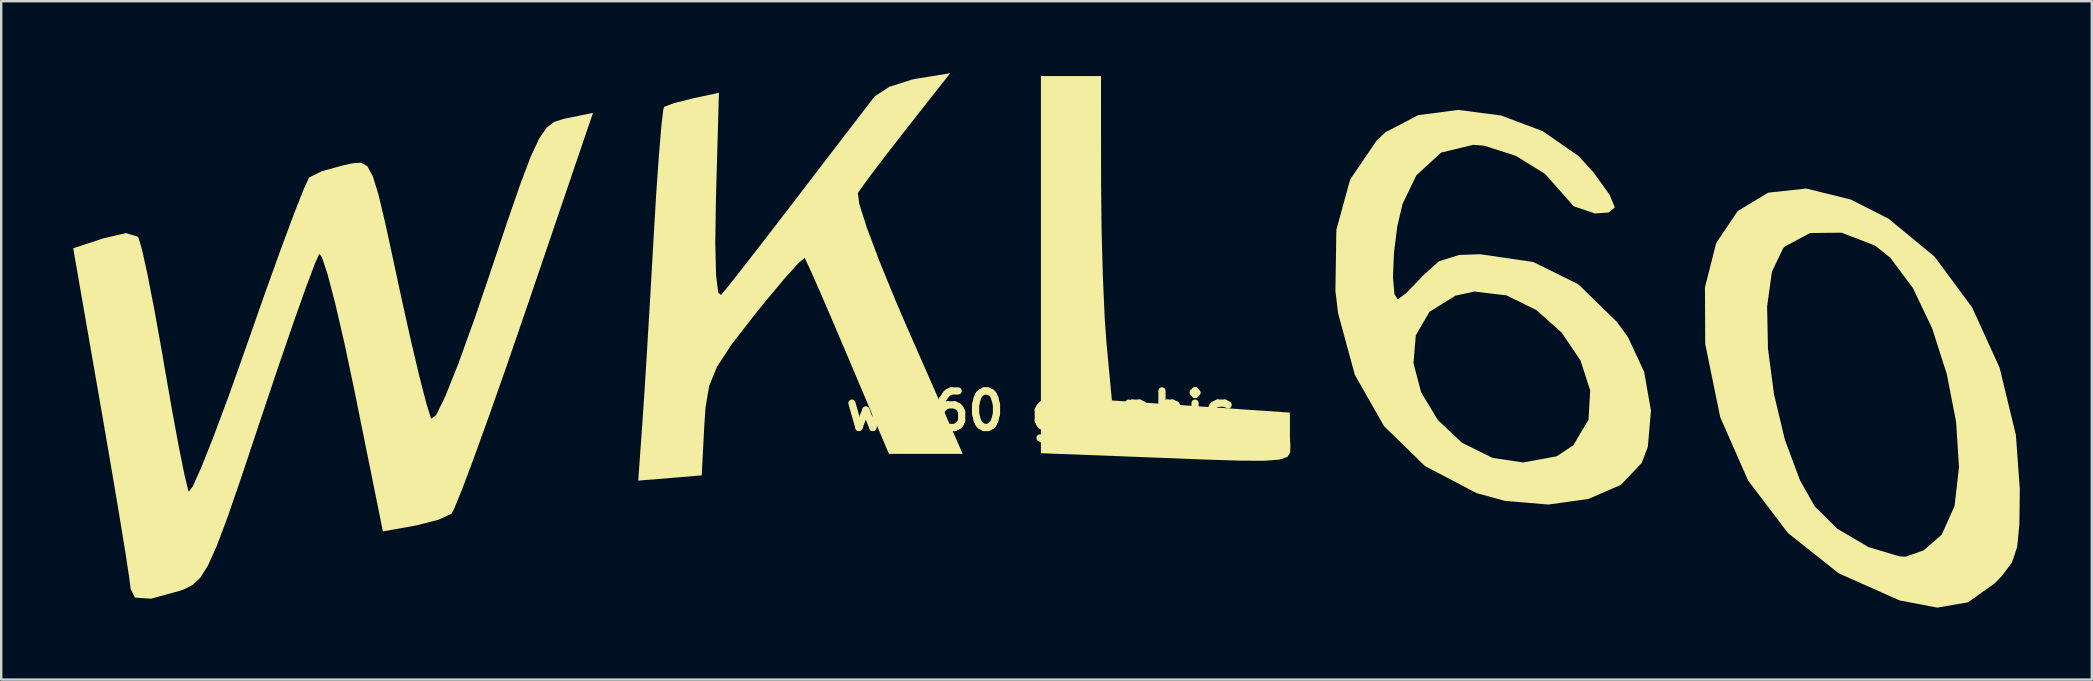
<source format=kicad_pcb>
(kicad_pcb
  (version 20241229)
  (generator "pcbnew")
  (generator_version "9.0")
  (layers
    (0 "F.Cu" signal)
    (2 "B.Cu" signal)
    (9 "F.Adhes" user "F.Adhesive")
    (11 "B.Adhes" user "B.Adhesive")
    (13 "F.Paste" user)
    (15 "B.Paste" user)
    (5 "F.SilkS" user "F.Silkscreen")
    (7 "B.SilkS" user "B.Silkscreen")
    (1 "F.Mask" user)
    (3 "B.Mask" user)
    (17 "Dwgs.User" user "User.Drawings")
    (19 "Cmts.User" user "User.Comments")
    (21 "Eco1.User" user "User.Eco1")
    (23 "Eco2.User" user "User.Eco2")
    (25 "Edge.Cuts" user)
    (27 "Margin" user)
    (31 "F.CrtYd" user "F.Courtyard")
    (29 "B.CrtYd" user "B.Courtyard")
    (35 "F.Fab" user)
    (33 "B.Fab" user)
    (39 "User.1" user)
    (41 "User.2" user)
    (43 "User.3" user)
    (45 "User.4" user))
  (footprint "wkl60 graphic"
    (layer "F.Cu")
    (at 40.316 14.071)
    (property "Reference" "wkl60 graphic" (at 0 0 0) (layer "F.SilkS") (effects (font (size 1.524 1.524) (thickness 0.3))))
    (attr board_only exclude_from_pos_files exclude_from_bom)
    (fp_poly (pts (xy 2.507 -9.57) (xy 2.527 -7.586) (xy 2.581 -5.599) (xy 2.658 -3.863) (xy 2.734 -2.812) (xy 2.958 -0.437) (xy 6.666 -0.184) (xy 10.375 0.069) (xy 10.375 1.108) (xy 10.393 1.464) (xy 10.388 1.73) (xy 10.269 1.914) (xy 9.946 2.025) (xy 9.327 2.075) (xy 8.324 2.071) (xy 6.844 2.025) (xy 4.798 1.945) (xy 3.13 1.88) (xy 0 1.761) (xy 0 -13.952) (xy 2.504 -13.952)) (stroke (width 0) (type solid)) (fill yes) (layer "F.SilkS"))
    (fp_poly (pts (xy 33.745 -8.807) (xy 35.325 -8.002) (xy 37.235 -6.425) (xy 38.794 -4.317) (xy 39.941 -1.801) (xy 40.619 1) (xy 40.783 3.261) (xy 40.765 4.72) (xy 40.673 5.669) (xy 40.455 6.312) (xy 40.053 6.855) (xy 39.737 7.182) (xy 38.625 7.972) (xy 37.342 8.193) (xy 35.775 7.894) (xy 33.238 6.765) (xy 31.12 5.082) (xy 29.462 2.897) (xy 28.302 0.261) (xy 27.68 -2.773) (xy 27.676 -2.812) (xy 27.669 -4.357) (xy 30.255 -4.357) (xy 30.291 -2.592) (xy 30.545 -0.683) (xy 30.996 1.2) (xy 31.622 2.884) (xy 32.236 3.974) (xy 33.193 4.917) (xy 34.479 5.672) (xy 35.764 6.057) (xy 36.017 6.074) (xy 36.769 5.812) (xy 37.513 5.169) (xy 37.537 5.139) (xy 38.065 3.959) (xy 38.249 2.343) (xy 38.129 0.459) (xy 37.744 -1.525) (xy 37.132 -3.439) (xy 36.332 -5.116) (xy 35.384 -6.387) (xy 34.752 -6.889) (xy 33.354 -7.427) (xy 32.043 -7.414) (xy 31.001 -6.854) (xy 30.92 -6.769) (xy 30.457 -5.806) (xy 30.255 -4.357) (xy 27.669 -4.357) (xy 27.666 -5.151) (xy 28.135 -7.001) (xy 29.029 -8.327) (xy 30.297 -9.094) (xy 31.887 -9.266)) (stroke (width 0) (type solid)) (fill yes) (layer "F.SilkS"))
    (fp_poly (pts (xy -5.586 -11.776) (xy -6.458 -10.655) (xy -7.164 -9.725) (xy -7.58 -9.149) (xy -7.626 -9.077) (xy -7.567 -8.627) (xy -7.256 -7.647) (xy -6.734 -6.257) (xy -6.047 -4.576) (xy -5.558 -3.442) (xy -3.258 1.789) (xy -6.332 1.789) (xy -8.034 -2.236) (xy -8.696 -3.791) (xy -9.256 -5.086) (xy -9.657 -5.99) (xy -9.84 -6.372) (xy -9.842 -6.375) (xy -10.095 -6.167) (xy -10.682 -5.515) (xy -11.5 -4.537) (xy -11.93 -4.003) (xy -12.898 -2.755) (xy -13.496 -1.837) (xy -13.822 -1.037) (xy -13.973 -0.143) (xy -14.022 0.583) (xy -14.131 2.683) (xy -16.776 2.903) (xy -16.601 0.468) (xy -16.516 -0.803) (xy -16.406 -2.574) (xy -16.283 -4.633) (xy -16.161 -6.766) (xy -16.134 -7.254) (xy -16.022 -9.118) (xy -15.91 -10.712) (xy -15.809 -11.907) (xy -15.729 -12.574) (xy -15.701 -12.668) (xy -15.288 -12.825) (xy -14.49 -13.024) (xy -14.489 -13.025) (xy -13.415 -13.254) (xy -13.538 -8.863) (xy -13.566 -6.99) (xy -13.534 -5.659) (xy -13.444 -4.931) (xy -13.327 -4.83) (xy -12.993 -5.237) (xy -12.319 -6.093) (xy -11.399 -7.279) (xy -10.325 -8.675) (xy -10.164 -8.885) (xy -9.066 -10.32) (xy -8.099 -11.58) (xy -7.361 -12.541) (xy -6.949 -13.075) (xy -6.925 -13.105) (xy -6.32 -13.502) (xy -5.353 -13.811) (xy -5.147 -13.849) (xy -3.779 -14.071)) (stroke (width 0) (type solid)) (fill yes) (layer "F.SilkS"))
    (fp_poly (pts (xy 19.173 -12.309) (xy 20.903 -11.658) (xy 22.394 -10.625) (xy 23.027 -9.933) (xy 23.699 -8.998) (xy 23.909 -8.483) (xy 23.661 -8.268) (xy 23.087 -8.228) (xy 22.194 -8.529) (xy 21.812 -8.963) (xy 21.007 -9.873) (xy 19.793 -10.626) (xy 18.476 -11.05) (xy 18.016 -11.089) (xy 16.673 -10.764) (xy 15.64 -9.814) (xy 15.066 -8.622) (xy 14.847 -7.687) (xy 14.71 -6.599) (xy 14.667 -5.582) (xy 14.729 -4.862) (xy 14.864 -4.651) (xy 15.204 -4.895) (xy 15.783 -5.493) (xy 15.878 -5.603) (xy 16.579 -6.234) (xy 17.422 -6.498) (xy 18.297 -6.53) (xy 20.511 -6.206) (xy 22.386 -5.281) (xy 23.994 -3.713) (xy 24.46 -3.075) (xy 25.13 -1.634) (xy 25.416 -0.016) (xy 25.286 1.495) (xy 25.032 2.166) (xy 24.165 3.077) (xy 22.814 3.665) (xy 21.149 3.899) (xy 19.339 3.748) (xy 18.155 3.425) (xy 16.003 2.297) (xy 14.298 0.636) (xy 13.078 -1.505) (xy 12.947 -1.989) (xy 15.521 -1.989) (xy 15.843 -0.773) (xy 16.533 0.373) (xy 17.541 1.325) (xy 18.816 1.956) (xy 20.087 2.146) (xy 21.488 1.89) (xy 22.18 1.431) (xy 22.815 0.365) (xy 22.884 -0.853) (xy 22.482 -2.1) (xy 21.703 -3.257) (xy 20.644 -4.202) (xy 19.399 -4.815) (xy 18.064 -4.973) (xy 17.276 -4.806) (xy 16.187 -4.131) (xy 15.619 -3.15) (xy 15.521 -1.989) (xy 12.947 -1.989) (xy 12.38 -4.075) (xy 12.27 -4.998) (xy 12.309 -7.546) (xy 12.884 -9.643) (xy 13.992 -11.274) (xy 14.363 -11.617) (xy 15.721 -12.324) (xy 17.385 -12.542)) (stroke (width 0) (type solid)) (fill yes) (layer "F.SilkS"))
    (fp_poly (pts (xy -21.455 -4.209) (xy -22.246 -1.91) (xy -22.976 0.164) (xy -23.608 1.916) (xy -24.109 3.249) (xy -24.442 4.068) (xy -24.557 4.283) (xy -25.091 4.529) (xy -25.997 4.764) (xy -26.139 4.79) (xy -27.414 5.016) (xy -28.611 -0.904) (xy -29.018 -2.83) (xy -29.396 -4.461) (xy -29.717 -5.689) (xy -29.954 -6.407) (xy -30.064 -6.543) (xy -30.25 -6.13) (xy -30.62 -5.145) (xy -31.134 -3.698) (xy -31.754 -1.895) (xy -32.442 0.152) (xy -32.531 0.419) (xy -33.295 2.713) (xy -33.883 4.42) (xy -34.338 5.634) (xy -34.706 6.449) (xy -35.029 6.959) (xy -35.353 7.257) (xy -35.721 7.439) (xy -35.848 7.485) (xy -37.072 7.822) (xy -37.745 7.776) (xy -37.922 7.423) (xy -37.981 6.946) (xy -38.145 5.879) (xy -38.396 4.341) (xy -38.715 2.447) (xy -39.082 0.313) (xy -39.119 0.099) (xy -40.316 -6.778) (xy -39.076 -7.187) (xy -38.122 -7.41) (xy -37.639 -7.266) (xy -37.594 -7.205) (xy -37.45 -6.725) (xy -37.22 -5.679) (xy -36.933 -4.208) (xy -36.618 -2.451) (xy -36.522 -1.887) (xy -36.207 -0.079) (xy -35.919 1.478) (xy -35.684 2.647) (xy -35.529 3.289) (xy -35.501 3.36) (xy -35.332 3.14) (xy -34.974 2.338) (xy -34.463 1.051) (xy -33.838 -0.624) (xy -33.137 -2.592) (xy -33.035 -2.886) (xy -32.316 -4.934) (xy -31.662 -6.75) (xy -31.113 -8.225) (xy -30.709 -9.25) (xy -30.492 -9.717) (xy -30.483 -9.728) (xy -29.963 -9.987) (xy -29.097 -10.225) (xy -29.092 -10.227) (xy -28.649 -10.323) (xy -28.319 -10.343) (xy -28.062 -10.194) (xy -27.835 -9.78) (xy -27.597 -9.008) (xy -27.307 -7.784) (xy -26.923 -6.013) (xy -26.63 -4.651) (xy -26.244 -2.916) (xy -25.887 -1.412) (xy -25.597 -0.291) (xy -25.412 0.296) (xy -25.401 0.319) (xy -25.2 0.178) (xy -24.818 -0.598) (xy -24.275 -1.958) (xy -23.591 -3.852) (xy -23.005 -5.574) (xy -22.258 -7.805) (xy -21.689 -9.449) (xy -21.252 -10.601) (xy -20.901 -11.355) (xy -20.591 -11.804) (xy -20.276 -12.042) (xy -19.909 -12.162) (xy -19.768 -12.192) (xy -18.661 -12.419)) (stroke (width 0) (type solid)) (fill yes) (layer "F.SilkS")))
  (gr_rect
    (start -3 -3)
    (end 84.099 25.264)
    (stroke (width 0.1) (type default))
    (fill no)
    (layer "Edge.Cuts")))
</source>
